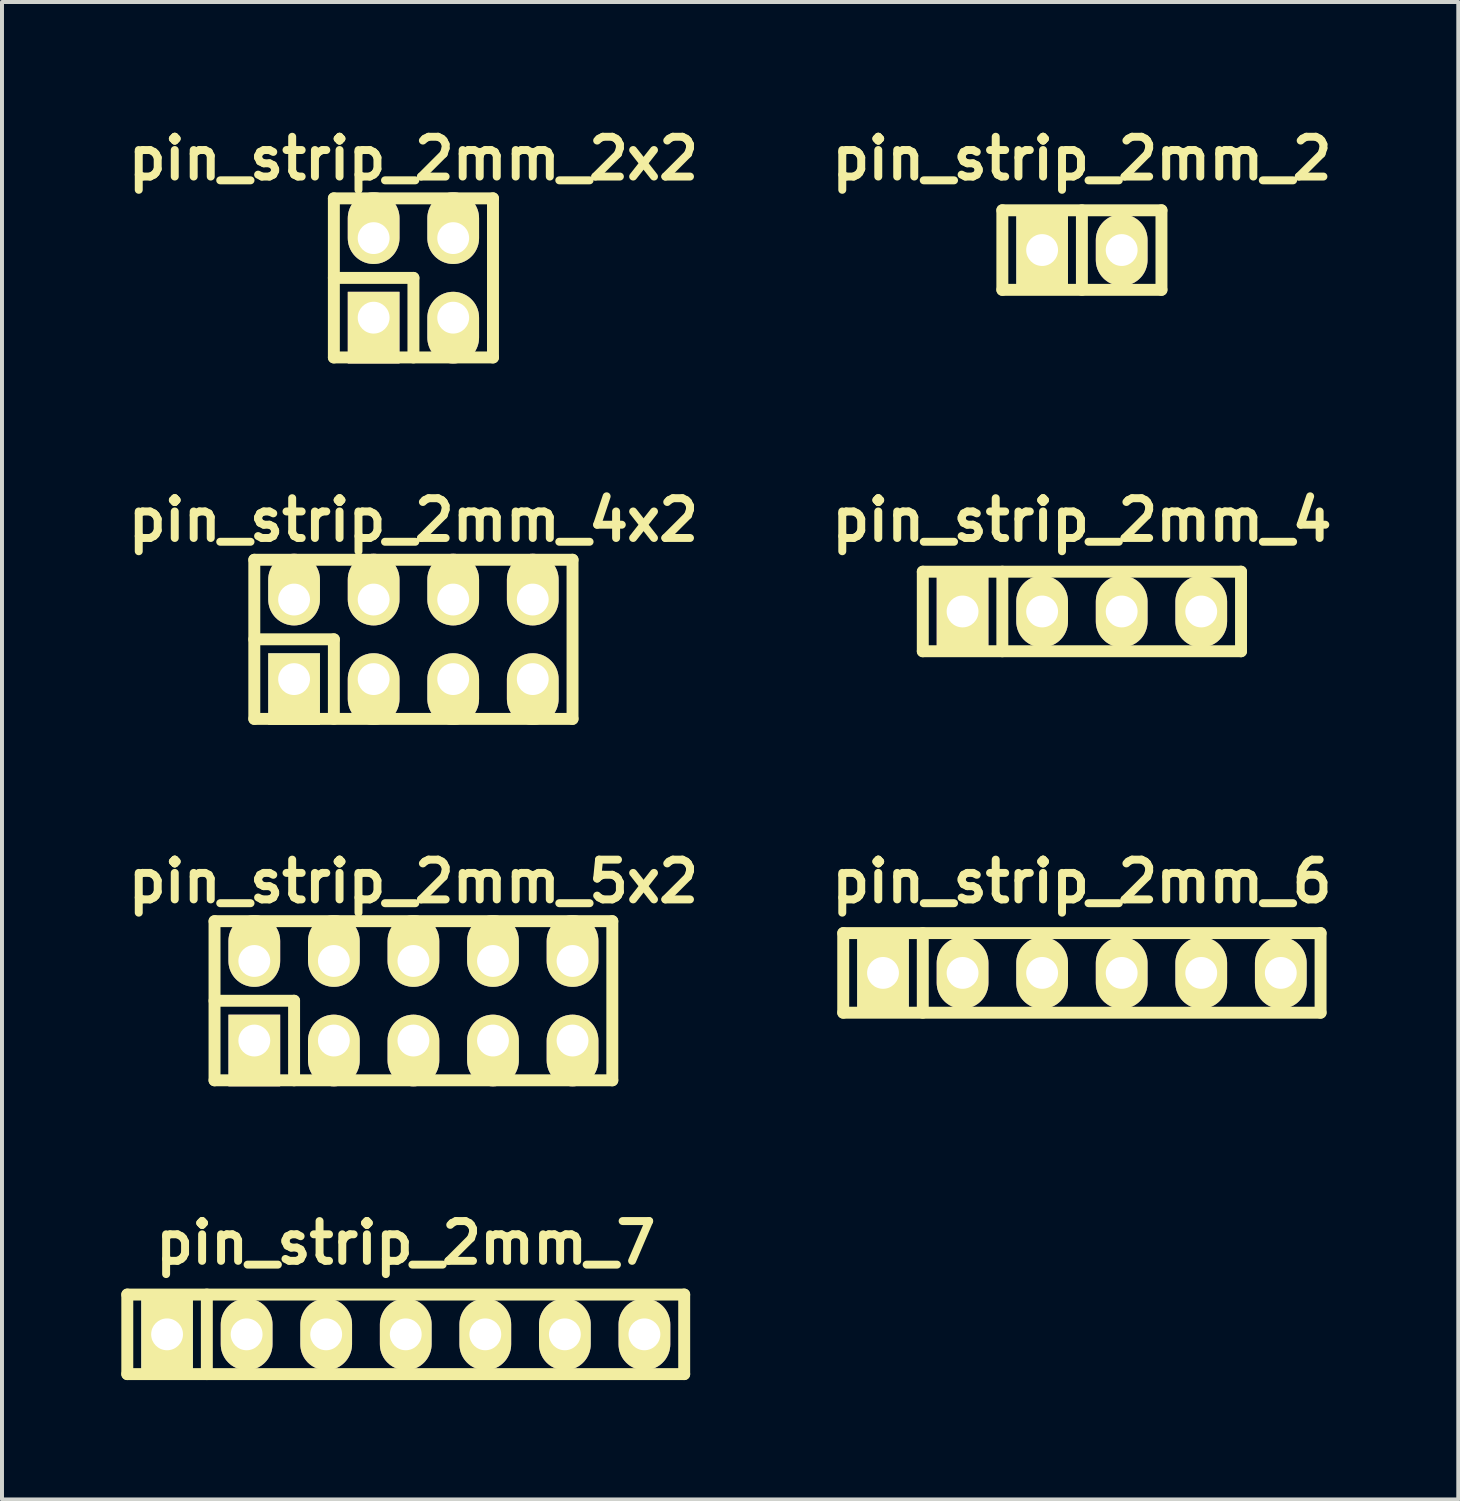
<source format=kicad_pcb>
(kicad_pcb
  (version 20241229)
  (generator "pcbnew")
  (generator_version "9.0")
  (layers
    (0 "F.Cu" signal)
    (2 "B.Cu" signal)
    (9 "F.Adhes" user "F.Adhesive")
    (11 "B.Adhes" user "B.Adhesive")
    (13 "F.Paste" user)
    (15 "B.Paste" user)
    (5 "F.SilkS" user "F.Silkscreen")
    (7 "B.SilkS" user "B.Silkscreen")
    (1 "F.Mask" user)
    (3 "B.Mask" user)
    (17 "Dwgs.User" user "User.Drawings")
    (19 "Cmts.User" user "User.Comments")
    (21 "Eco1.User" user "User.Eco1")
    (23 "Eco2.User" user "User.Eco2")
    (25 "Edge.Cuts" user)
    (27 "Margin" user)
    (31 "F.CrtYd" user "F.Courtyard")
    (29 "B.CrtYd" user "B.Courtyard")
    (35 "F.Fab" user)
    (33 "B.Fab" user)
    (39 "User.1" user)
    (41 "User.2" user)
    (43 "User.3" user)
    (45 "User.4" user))
  (footprint "pin_strip_2mm_4"
    (layer "F.Cu")
    (at 24.148 12.322)
    (property "Reference" "pin_strip_2mm_4" (at 0 -2.3 0) (layer "F.SilkS") (effects (font (size 1 1) (thickness 0.2))))
    (attr through_hole)
    (fp_line (start -4 -1) (end 4 -1) (stroke (width 0.3) (type solid)) (layer "F.SilkS"))
    (fp_line (start -4 1) (end -4 -1) (stroke (width 0.3) (type solid)) (layer "F.SilkS"))
    (fp_line (start -2 -1) (end -2 1) (stroke (width 0.3) (type solid)) (layer "F.SilkS"))
    (fp_line (start 4 -1) (end 4 1) (stroke (width 0.3) (type solid)) (layer "F.SilkS"))
    (fp_line (start 4 1) (end -4 1) (stroke (width 0.3) (type solid)) (layer "F.SilkS"))
    (pad "1" thru_hole rect (at -3 0) (size 1.3 1.8) (drill 0.8) (layers "*.Cu" "*.Mask" "F.SilkS"))
    (pad "2" thru_hole oval (at -1 0) (size 1.3 1.8) (drill 0.8) (layers "*.Cu" "*.Mask" "F.SilkS"))
    (pad "3" thru_hole oval (at 1 0) (size 1.3 1.8) (drill 0.8) (layers "*.Cu" "*.Mask" "F.SilkS"))
    (pad "4" thru_hole oval (at 3 0) (size 1.3 1.8) (drill 0.8) (layers "*.Cu" "*.Mask" "F.SilkS")))
  (footprint "pin_strip_2mm_4x2"
    (layer "F.Cu")
    (at 7.343 13.022)
    (property "Reference" "pin_strip_2mm_4x2" (at 0 -3 0) (layer "F.SilkS") (effects (font (size 1 1) (thickness 0.2))))
    (attr through_hole)
    (fp_line (start -4 -2) (end 4 -2) (stroke (width 0.3) (type solid)) (layer "F.SilkS"))
    (fp_line (start -4 0) (end -2 0) (stroke (width 0.3) (type solid)) (layer "F.SilkS"))
    (fp_line (start -4 2) (end -4 -2) (stroke (width 0.3) (type solid)) (layer "F.SilkS"))
    (fp_line (start -2 0) (end -2 2) (stroke (width 0.3) (type solid)) (layer "F.SilkS"))
    (fp_line (start 4 -2) (end 4 2) (stroke (width 0.3) (type solid)) (layer "F.SilkS"))
    (fp_line (start 4 2) (end -4 2) (stroke (width 0.3) (type solid)) (layer "F.SilkS"))
    (pad "1" thru_hole rect (at -3 1) (size 1.3 1.8) (drill 0.8 (offset 0 0.25)) (layers "*.Cu" "*.Mask" "F.SilkS"))
    (pad "2" thru_hole oval (at -3 -1) (size 1.3 1.8) (drill 0.8 (offset 0 -0.25)) (layers "*.Cu" "*.Mask" "F.SilkS"))
    (pad "3" thru_hole oval (at -1 1) (size 1.3 1.8) (drill 0.8 (offset 0 0.25)) (layers "*.Cu" "*.Mask" "F.SilkS"))
    (pad "4" thru_hole oval (at -1 -1) (size 1.3 1.8) (drill 0.8 (offset 0 -0.25)) (layers "*.Cu" "*.Mask" "F.SilkS"))
    (pad "5" thru_hole oval (at 1 1) (size 1.3 1.8) (drill 0.8 (offset 0 0.25)) (layers "*.Cu" "*.Mask" "F.SilkS"))
    (pad "6" thru_hole oval (at 1 -1) (size 1.3 1.8) (drill 0.8 (offset 0 -0.25)) (layers "*.Cu" "*.Mask" "F.SilkS"))
    (pad "7" thru_hole oval (at 3 1) (size 1.3 1.8) (drill 0.8 (offset 0 0.25)) (layers "*.Cu" "*.Mask" "F.SilkS"))
    (pad "8" thru_hole oval (at 3 -1) (size 1.3 1.8) (drill 0.8 (offset 0 -0.25)) (layers "*.Cu" "*.Mask" "F.SilkS")))
  (footprint "pin_strip_2mm_2"
    (layer "F.Cu")
    (at 24.148 3.236)
    (property "Reference" "pin_strip_2mm_2" (at 0 -2.3 0) (layer "F.SilkS") (effects (font (size 1 1) (thickness 0.2))))
    (attr through_hole)
    (fp_line (start -2 -1) (end 2 -1) (stroke (width 0.3) (type solid)) (layer "F.SilkS"))
    (fp_line (start -2 1) (end -2 -1) (stroke (width 0.3) (type solid)) (layer "F.SilkS"))
    (fp_line (start 0 -1) (end 0 1) (stroke (width 0.3) (type solid)) (layer "F.SilkS"))
    (fp_line (start 2 -1) (end 2 1) (stroke (width 0.3) (type solid)) (layer "F.SilkS"))
    (fp_line (start 2 1) (end -2 1) (stroke (width 0.3) (type solid)) (layer "F.SilkS"))
    (pad "1" thru_hole rect (at -1 0) (size 1.3 1.8) (drill 0.8) (layers "*.Cu" "*.Mask" "F.SilkS"))
    (pad "2" thru_hole oval (at 1 0) (size 1.3 1.8) (drill 0.8) (layers "*.Cu" "*.Mask" "F.SilkS")))
  (footprint "pin_strip_2mm_2x2"
    (layer "F.Cu")
    (at 7.343 3.936)
    (property "Reference" "pin_strip_2mm_2x2" (at 0 -3 0) (layer "F.SilkS") (effects (font (size 1 1) (thickness 0.2))))
    (attr through_hole)
    (fp_line (start -2 -2) (end 2 -2) (stroke (width 0.3) (type solid)) (layer "F.SilkS"))
    (fp_line (start -2 0) (end 0 0) (stroke (width 0.3) (type solid)) (layer "F.SilkS"))
    (fp_line (start -2 2) (end -2 -2) (stroke (width 0.3) (type solid)) (layer "F.SilkS"))
    (fp_line (start 0 0) (end 0 2) (stroke (width 0.3) (type solid)) (layer "F.SilkS"))
    (fp_line (start 2 -2) (end 2 2) (stroke (width 0.3) (type solid)) (layer "F.SilkS"))
    (fp_line (start 2 2) (end -2 2) (stroke (width 0.3) (type solid)) (layer "F.SilkS"))
    (pad "1" thru_hole rect (at -1 1) (size 1.3 1.8) (drill 0.8 (offset 0 0.25)) (layers "*.Cu" "*.Mask" "F.SilkS"))
    (pad "2" thru_hole oval (at -1 -1) (size 1.3 1.8) (drill 0.8 (offset 0 -0.25)) (layers "*.Cu" "*.Mask" "F.SilkS"))
    (pad "3" thru_hole oval (at 1 1) (size 1.3 1.8) (drill 0.8 (offset 0 0.25)) (layers "*.Cu" "*.Mask" "F.SilkS"))
    (pad "4" thru_hole oval (at 1 -1) (size 1.3 1.8) (drill 0.8 (offset 0 -0.25)) (layers "*.Cu" "*.Mask" "F.SilkS")))
  (footprint "pin_strip_2mm_7"
    (layer "F.Cu")
    (at 7.15 30.494)
    (property "Reference" "pin_strip_2mm_7" (at 0 -2.3 0) (layer "F.SilkS") (effects (font (size 1 1) (thickness 0.2))))
    (attr through_hole)
    (fp_line (start -7 -1) (end 7 -1) (stroke (width 0.3) (type solid)) (layer "F.SilkS"))
    (fp_line (start -7 1) (end -7 -1) (stroke (width 0.3) (type solid)) (layer "F.SilkS"))
    (fp_line (start -5 -1) (end -5 1) (stroke (width 0.3) (type solid)) (layer "F.SilkS"))
    (fp_line (start 7 -1) (end 7 1) (stroke (width 0.3) (type solid)) (layer "F.SilkS"))
    (fp_line (start 7 1) (end -7 1) (stroke (width 0.3) (type solid)) (layer "F.SilkS"))
    (pad "1" thru_hole rect (at -6 0) (size 1.3 1.8) (drill 0.8) (layers "*.Cu" "*.Mask" "F.SilkS"))
    (pad "2" thru_hole oval (at -4 0) (size 1.3 1.8) (drill 0.8) (layers "*.Cu" "*.Mask" "F.SilkS"))
    (pad "3" thru_hole oval (at -2 0) (size 1.3 1.8) (drill 0.8) (layers "*.Cu" "*.Mask" "F.SilkS"))
    (pad "4" thru_hole oval (at 0 0) (size 1.3 1.8) (drill 0.8) (layers "*.Cu" "*.Mask" "F.SilkS"))
    (pad "5" thru_hole oval (at 2 0) (size 1.3 1.8) (drill 0.8) (layers "*.Cu" "*.Mask" "F.SilkS"))
    (pad "6" thru_hole oval (at 4 0) (size 1.3 1.8) (drill 0.8) (layers "*.Cu" "*.Mask" "F.SilkS"))
    (pad "7" thru_hole oval (at 6 0) (size 1.3 1.8) (drill 0.8) (layers "*.Cu" "*.Mask" "F.SilkS")))
  (footprint "pin_strip_2mm_6"
    (layer "F.Cu")
    (at 24.148 21.408)
    (property "Reference" "pin_strip_2mm_6" (at 0 -2.3 0) (layer "F.SilkS") (effects (font (size 1 1) (thickness 0.2))))
    (attr through_hole)
    (fp_line (start -6 -1) (end 6 -1) (stroke (width 0.3) (type solid)) (layer "F.SilkS"))
    (fp_line (start -6 1) (end -6 -1) (stroke (width 0.3) (type solid)) (layer "F.SilkS"))
    (fp_line (start -4 -1) (end -4 1) (stroke (width 0.3) (type solid)) (layer "F.SilkS"))
    (fp_line (start 6 -1) (end 6 1) (stroke (width 0.3) (type solid)) (layer "F.SilkS"))
    (fp_line (start 6 1) (end -6 1) (stroke (width 0.3) (type solid)) (layer "F.SilkS"))
    (pad "1" thru_hole rect (at -5 0) (size 1.3 1.8) (drill 0.8) (layers "*.Cu" "*.Mask" "F.SilkS"))
    (pad "2" thru_hole oval (at -3 0) (size 1.3 1.8) (drill 0.8) (layers "*.Cu" "*.Mask" "F.SilkS"))
    (pad "3" thru_hole oval (at -1 0) (size 1.3 1.8) (drill 0.8) (layers "*.Cu" "*.Mask" "F.SilkS"))
    (pad "4" thru_hole oval (at 1 0) (size 1.3 1.8) (drill 0.8) (layers "*.Cu" "*.Mask" "F.SilkS"))
    (pad "5" thru_hole oval (at 3 0) (size 1.3 1.8) (drill 0.8) (layers "*.Cu" "*.Mask" "F.SilkS"))
    (pad "6" thru_hole oval (at 5 0) (size 1.3 1.8) (drill 0.8) (layers "*.Cu" "*.Mask" "F.SilkS")))
  (footprint "pin_strip_2mm_5x2"
    (layer "F.Cu")
    (at 7.343 22.108)
    (property "Reference" "pin_strip_2mm_5x2" (at 0 -3 0) (layer "F.SilkS") (effects (font (size 1 1) (thickness 0.2))))
    (attr through_hole)
    (fp_line (start -5 -2) (end 5 -2) (stroke (width 0.3) (type solid)) (layer "F.SilkS"))
    (fp_line (start -5 0) (end -3 0) (stroke (width 0.3) (type solid)) (layer "F.SilkS"))
    (fp_line (start -5 2) (end -5 -2) (stroke (width 0.3) (type solid)) (layer "F.SilkS"))
    (fp_line (start -3 0) (end -3 2) (stroke (width 0.3) (type solid)) (layer "F.SilkS"))
    (fp_line (start 5 -2) (end 5 2) (stroke (width 0.3) (type solid)) (layer "F.SilkS"))
    (fp_line (start 5 2) (end -5 2) (stroke (width 0.3) (type solid)) (layer "F.SilkS"))
    (pad "1" thru_hole rect (at -4 1) (size 1.3 1.8) (drill 0.8 (offset 0 0.25)) (layers "*.Cu" "*.Mask" "F.SilkS"))
    (pad "2" thru_hole oval (at -4 -1) (size 1.3 1.8) (drill 0.8 (offset 0 -0.25)) (layers "*.Cu" "*.Mask" "F.SilkS"))
    (pad "3" thru_hole oval (at -2 1) (size 1.3 1.8) (drill 0.8 (offset 0 0.25)) (layers "*.Cu" "*.Mask" "F.SilkS"))
    (pad "4" thru_hole oval (at -2 -1) (size 1.3 1.8) (drill 0.8 (offset 0 -0.25)) (layers "*.Cu" "*.Mask" "F.SilkS"))
    (pad "5" thru_hole oval (at 0 1) (size 1.3 1.8) (drill 0.8 (offset 0 0.25)) (layers "*.Cu" "*.Mask" "F.SilkS"))
    (pad "6" thru_hole oval (at 0 -1) (size 1.3 1.8) (drill 0.8 (offset 0 -0.25)) (layers "*.Cu" "*.Mask" "F.SilkS"))
    (pad "7" thru_hole oval (at 2 1) (size 1.3 1.8) (drill 0.8 (offset 0 0.25)) (layers "*.Cu" "*.Mask" "F.SilkS"))
    (pad "8" thru_hole oval (at 2 -1) (size 1.3 1.8) (drill 0.8 (offset 0 -0.25)) (layers "*.Cu" "*.Mask" "F.SilkS"))
    (pad "9" thru_hole oval (at 4 1) (size 1.3 1.8) (drill 0.8 (offset 0 0.25)) (layers "*.Cu" "*.Mask" "F.SilkS"))
    (pad "10" thru_hole oval (at 4 -1) (size 1.3 1.8) (drill 0.8 (offset 0 -0.25)) (layers "*.Cu" "*.Mask" "F.SilkS")))
  (gr_rect
    (start -3 -3)
    (end 33.61 34.644)
    (stroke (width 0.1) (type default))
    (fill no)
    (layer "Edge.Cuts")))
</source>
